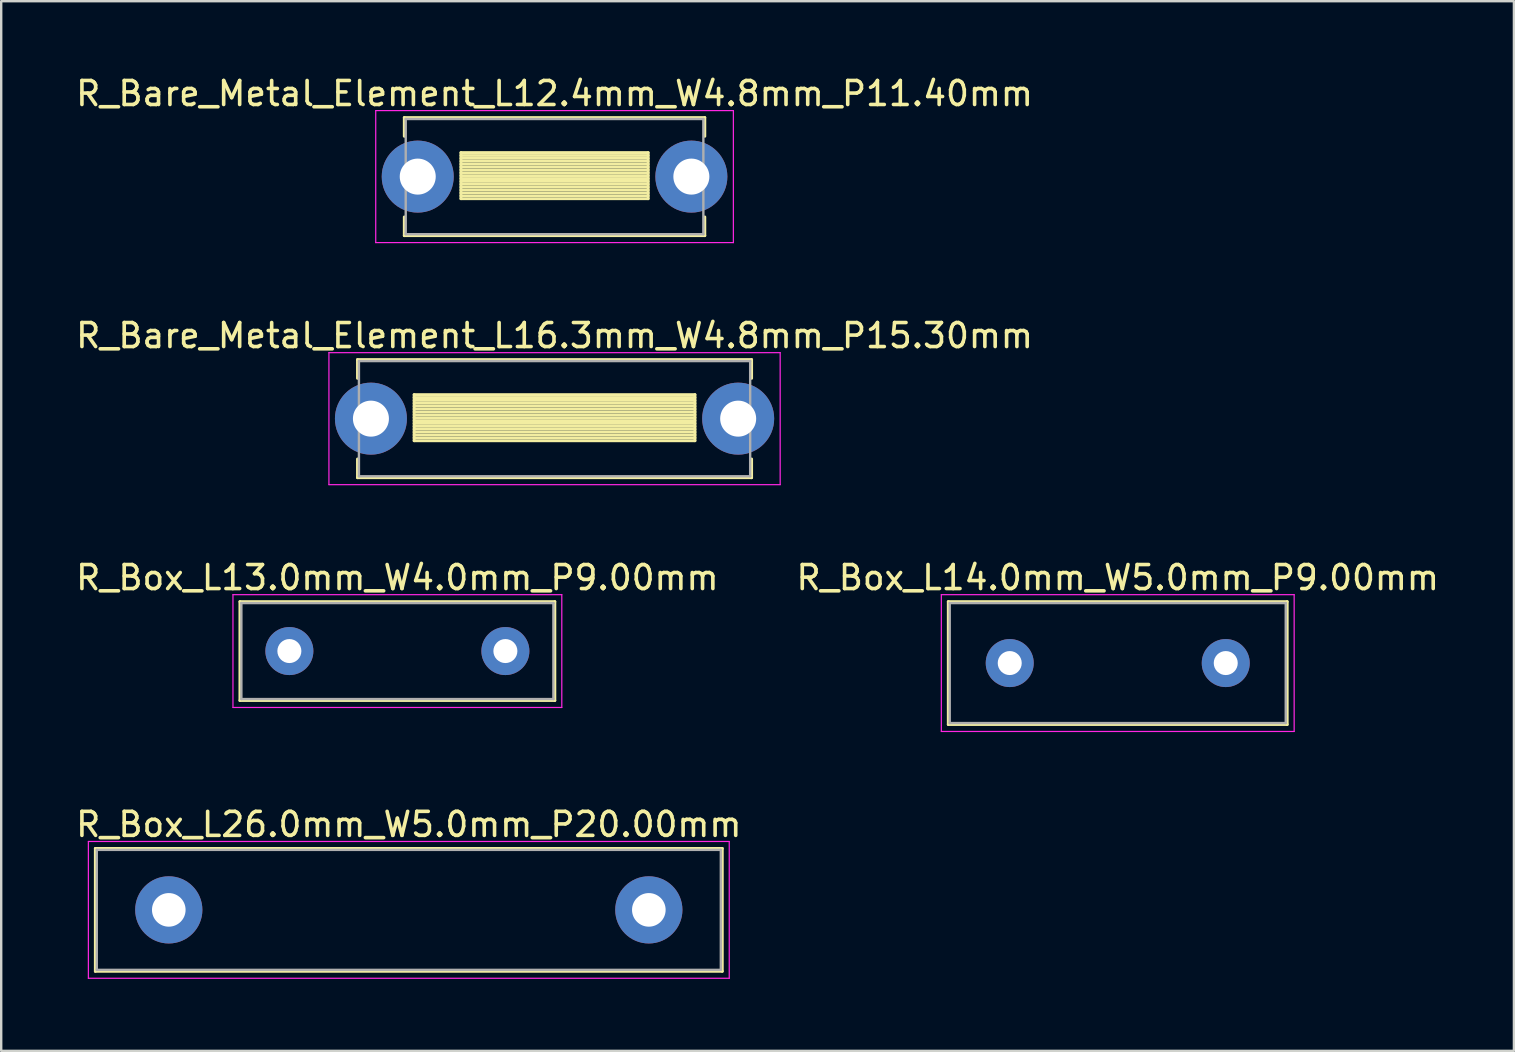
<source format=kicad_pcb>
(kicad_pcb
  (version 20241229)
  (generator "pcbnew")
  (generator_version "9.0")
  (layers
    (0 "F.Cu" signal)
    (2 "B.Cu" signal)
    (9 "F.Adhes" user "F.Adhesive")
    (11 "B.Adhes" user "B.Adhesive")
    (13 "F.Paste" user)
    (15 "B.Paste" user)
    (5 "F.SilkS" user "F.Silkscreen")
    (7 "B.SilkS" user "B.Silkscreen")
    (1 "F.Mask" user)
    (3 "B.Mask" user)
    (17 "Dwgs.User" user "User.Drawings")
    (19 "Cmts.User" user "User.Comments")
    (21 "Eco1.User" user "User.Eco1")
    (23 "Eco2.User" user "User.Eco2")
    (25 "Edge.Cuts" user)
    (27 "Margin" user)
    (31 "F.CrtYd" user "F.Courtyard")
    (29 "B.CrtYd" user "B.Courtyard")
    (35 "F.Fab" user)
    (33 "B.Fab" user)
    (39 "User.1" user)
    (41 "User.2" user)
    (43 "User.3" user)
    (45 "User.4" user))
  (footprint "R_Box_L13.0mm_W4.0mm_P9.00mm"
    (layer "F.Cu")
    (at 9.006 24.075)
    (property "Reference" "R_Box_L13.0mm_W4.0mm_P9.00mm" (at 4.5 -3.06 0) (layer "F.SilkS") (effects (font (size 1 1) (thickness 0.15))))
    (attr through_hole)
    (fp_line (start -2.06 -2.06) (end -2.06 2.06) (stroke (width 0.12) (type solid)) (layer "F.SilkS"))
    (fp_line (start -2.06 -2.06) (end 11.06 -2.06) (stroke (width 0.12) (type solid)) (layer "F.SilkS"))
    (fp_line (start -2.06 2.06) (end 11.06 2.06) (stroke (width 0.12) (type solid)) (layer "F.SilkS"))
    (fp_line (start 11.06 -2.06) (end 11.06 2.06) (stroke (width 0.12) (type solid)) (layer "F.SilkS"))
    (fp_line (start -2.35 -2.35) (end -2.35 2.35) (stroke (width 0.05) (type solid)) (layer "F.CrtYd"))
    (fp_line (start -2.35 2.35) (end 11.35 2.35) (stroke (width 0.05) (type solid)) (layer "F.CrtYd"))
    (fp_line (start 11.35 -2.35) (end -2.35 -2.35) (stroke (width 0.05) (type solid)) (layer "F.CrtYd"))
    (fp_line (start 11.35 2.35) (end 11.35 -2.35) (stroke (width 0.05) (type solid)) (layer "F.CrtYd"))
    (fp_line (start -2 -2) (end -2 2) (stroke (width 0.1) (type solid)) (layer "F.Fab"))
    (fp_line (start -2 2) (end 11 2) (stroke (width 0.1) (type solid)) (layer "F.Fab"))
    (fp_line (start 11 -2) (end -2 -2) (stroke (width 0.1) (type solid)) (layer "F.Fab"))
    (fp_line (start 11 2) (end 11 -2) (stroke (width 0.1) (type solid)) (layer "F.Fab"))
    (pad "1" thru_hole circle (at 0 0) (size 2 2) (drill 1) (layers "*.Cu" "*.Mask"))
    (pad "2" thru_hole circle (at 9 0) (size 2 2) (drill 1) (layers "*.Cu" "*.Mask")))
  (footprint "R_Box_L14.0mm_W5.0mm_P9.00mm"
    (layer "F.Cu")
    (at 39.018 24.575)
    (property "Reference" "R_Box_L14.0mm_W5.0mm_P9.00mm" (at 4.5 -3.56 0) (layer "F.SilkS") (effects (font (size 1 1) (thickness 0.15))))
    (attr through_hole)
    (fp_line (start -2.56 -2.56) (end -2.56 2.56) (stroke (width 0.12) (type solid)) (layer "F.SilkS"))
    (fp_line (start -2.56 -2.56) (end 11.56 -2.56) (stroke (width 0.12) (type solid)) (layer "F.SilkS"))
    (fp_line (start -2.56 2.56) (end 11.56 2.56) (stroke (width 0.12) (type solid)) (layer "F.SilkS"))
    (fp_line (start 11.56 -2.56) (end 11.56 2.56) (stroke (width 0.12) (type solid)) (layer "F.SilkS"))
    (fp_line (start -2.85 -2.85) (end -2.85 2.85) (stroke (width 0.05) (type solid)) (layer "F.CrtYd"))
    (fp_line (start -2.85 2.85) (end 11.85 2.85) (stroke (width 0.05) (type solid)) (layer "F.CrtYd"))
    (fp_line (start 11.85 -2.85) (end -2.85 -2.85) (stroke (width 0.05) (type solid)) (layer "F.CrtYd"))
    (fp_line (start 11.85 2.85) (end 11.85 -2.85) (stroke (width 0.05) (type solid)) (layer "F.CrtYd"))
    (fp_line (start -2.5 -2.5) (end -2.5 2.5) (stroke (width 0.1) (type solid)) (layer "F.Fab"))
    (fp_line (start -2.5 2.5) (end 11.5 2.5) (stroke (width 0.1) (type solid)) (layer "F.Fab"))
    (fp_line (start 11.5 -2.5) (end -2.5 -2.5) (stroke (width 0.1) (type solid)) (layer "F.Fab"))
    (fp_line (start 11.5 2.5) (end 11.5 -2.5) (stroke (width 0.1) (type solid)) (layer "F.Fab"))
    (pad "1" thru_hole circle (at 0 0) (size 2 2) (drill 1) (layers "*.Cu" "*.Mask"))
    (pad "2" thru_hole circle (at 9 0) (size 2 2) (drill 1) (layers "*.Cu" "*.Mask")))
  (footprint "R_Bare_Metal_Element_L16.3mm_W4.8mm_P15.30mm"
    (layer "F.Cu")
    (at 12.404 14.392)
    (property "Reference" "R_Bare_Metal_Element_L16.3mm_W4.8mm_P15.30mm" (at 7.65 -3.46 0) (layer "F.SilkS") (effects (font (size 1 1) (thickness 0.15))))
    (attr through_hole)
    (fp_line (start -0.56 -2.46) (end 15.86 -2.46) (stroke (width 0.12) (type solid)) (layer "F.SilkS"))
    (fp_line (start -0.56 -1.68) (end -0.56 -2.46) (stroke (width 0.12) (type solid)) (layer "F.SilkS"))
    (fp_line (start -0.56 1.68) (end -0.56 2.46) (stroke (width 0.12) (type solid)) (layer "F.SilkS"))
    (fp_line (start -0.56 2.46) (end 15.86 2.46) (stroke (width 0.12) (type solid)) (layer "F.SilkS"))
    (fp_line (start 1.8 -1) (end 1.8 0.92) (stroke (width 0.12) (type solid)) (layer "F.SilkS"))
    (fp_line (start 1.8 -1) (end 13.5 -1) (stroke (width 0.12) (type solid)) (layer "F.SilkS"))
    (fp_line (start 1.8 -0.88) (end 13.5 -0.88) (stroke (width 0.12) (type solid)) (layer "F.SilkS"))
    (fp_line (start 1.8 -0.76) (end 13.5 -0.76) (stroke (width 0.12) (type solid)) (layer "F.SilkS"))
    (fp_line (start 1.8 -0.64) (end 13.5 -0.64) (stroke (width 0.12) (type solid)) (layer "F.SilkS"))
    (fp_line (start 1.8 -0.52) (end 13.5 -0.52) (stroke (width 0.12) (type solid)) (layer "F.SilkS"))
    (fp_line (start 1.8 -0.4) (end 13.5 -0.4) (stroke (width 0.12) (type solid)) (layer "F.SilkS"))
    (fp_line (start 1.8 -0.28) (end 13.5 -0.28) (stroke (width 0.12) (type solid)) (layer "F.SilkS"))
    (fp_line (start 1.8 -0.16) (end 13.5 -0.16) (stroke (width 0.12) (type solid)) (layer "F.SilkS"))
    (fp_line (start 1.8 -0.04) (end 13.5 -0.04) (stroke (width 0.12) (type solid)) (layer "F.SilkS"))
    (fp_line (start 1.8 0.08) (end 13.5 0.08) (stroke (width 0.12) (type solid)) (layer "F.SilkS"))
    (fp_line (start 1.8 0.2) (end 13.5 0.2) (stroke (width 0.12) (type solid)) (layer "F.SilkS"))
    (fp_line (start 1.8 0.32) (end 13.5 0.32) (stroke (width 0.12) (type solid)) (layer "F.SilkS"))
    (fp_line (start 1.8 0.44) (end 13.5 0.44) (stroke (width 0.12) (type solid)) (layer "F.SilkS"))
    (fp_line (start 1.8 0.56) (end 13.5 0.56) (stroke (width 0.12) (type solid)) (layer "F.SilkS"))
    (fp_line (start 1.8 0.68) (end 13.5 0.68) (stroke (width 0.12) (type solid)) (layer "F.SilkS"))
    (fp_line (start 1.8 0.8) (end 13.5 0.8) (stroke (width 0.12) (type solid)) (layer "F.SilkS"))
    (fp_line (start 1.8 0.92) (end 13.5 0.92) (stroke (width 0.12) (type solid)) (layer "F.SilkS"))
    (fp_line (start 13.5 -1) (end 13.5 0.92) (stroke (width 0.12) (type solid)) (layer "F.SilkS"))
    (fp_line (start 15.86 -2.46) (end 15.86 -1.68) (stroke (width 0.12) (type solid)) (layer "F.SilkS"))
    (fp_line (start 15.86 2.46) (end 15.86 1.68) (stroke (width 0.12) (type solid)) (layer "F.SilkS"))
    (fp_line (start -1.75 -2.75) (end -1.75 2.75) (stroke (width 0.05) (type solid)) (layer "F.CrtYd"))
    (fp_line (start -1.75 2.75) (end 17.05 2.75) (stroke (width 0.05) (type solid)) (layer "F.CrtYd"))
    (fp_line (start 17.05 -2.75) (end -1.75 -2.75) (stroke (width 0.05) (type solid)) (layer "F.CrtYd"))
    (fp_line (start 17.05 2.75) (end 17.05 -2.75) (stroke (width 0.05) (type solid)) (layer "F.CrtYd"))
    (fp_line (start -0.5 -2.4) (end -0.5 2.4) (stroke (width 0.1) (type solid)) (layer "F.Fab"))
    (fp_line (start -0.5 2.4) (end 15.8 2.4) (stroke (width 0.1) (type solid)) (layer "F.Fab"))
    (fp_line (start 15.8 -2.4) (end -0.5 -2.4) (stroke (width 0.1) (type solid)) (layer "F.Fab"))
    (fp_line (start 15.8 2.4) (end 15.8 -2.4) (stroke (width 0.1) (type solid)) (layer "F.Fab"))
    (pad "1" thru_hole circle (at 0 0) (size 3 3) (drill 1.5) (layers "*.Cu" "*.Mask"))
    (pad "2" thru_hole oval (at 15.3 0) (size 3 3) (drill 1.5) (layers "*.Cu" "*.Mask")))
  (footprint "R_Box_L26.0mm_W5.0mm_P20.00mm"
    (layer "F.Cu")
    (at 3.982 34.858)
    (property "Reference" "R_Box_L26.0mm_W5.0mm_P20.00mm" (at 10 -3.56 0) (layer "F.SilkS") (effects (font (size 1 1) (thickness 0.15))))
    (attr through_hole)
    (fp_line (start -3.06 -2.56) (end -3.06 2.56) (stroke (width 0.12) (type solid)) (layer "F.SilkS"))
    (fp_line (start -3.06 -2.56) (end 23.06 -2.56) (stroke (width 0.12) (type solid)) (layer "F.SilkS"))
    (fp_line (start -3.06 2.56) (end 23.06 2.56) (stroke (width 0.12) (type solid)) (layer "F.SilkS"))
    (fp_line (start 23.06 -2.56) (end 23.06 2.56) (stroke (width 0.12) (type solid)) (layer "F.SilkS"))
    (fp_line (start -3.35 -2.85) (end -3.35 2.85) (stroke (width 0.05) (type solid)) (layer "F.CrtYd"))
    (fp_line (start -3.35 2.85) (end 23.35 2.85) (stroke (width 0.05) (type solid)) (layer "F.CrtYd"))
    (fp_line (start 23.35 -2.85) (end -3.35 -2.85) (stroke (width 0.05) (type solid)) (layer "F.CrtYd"))
    (fp_line (start 23.35 2.85) (end 23.35 -2.85) (stroke (width 0.05) (type solid)) (layer "F.CrtYd"))
    (fp_line (start -3 -2.5) (end -3 2.5) (stroke (width 0.1) (type solid)) (layer "F.Fab"))
    (fp_line (start -3 2.5) (end 23 2.5) (stroke (width 0.1) (type solid)) (layer "F.Fab"))
    (fp_line (start 23 -2.5) (end -3 -2.5) (stroke (width 0.1) (type solid)) (layer "F.Fab"))
    (fp_line (start 23 2.5) (end 23 -2.5) (stroke (width 0.1) (type solid)) (layer "F.Fab"))
    (pad "1" thru_hole circle (at 0 0) (size 2.8 2.8) (drill 1.4) (layers "*.Cu" "*.Mask"))
    (pad "2" thru_hole circle (at 20 0) (size 2.8 2.8) (drill 1.4) (layers "*.Cu" "*.Mask")))
  (footprint "R_Bare_Metal_Element_L12.4mm_W4.8mm_P11.40mm"
    (layer "F.Cu")
    (at 14.354 4.308)
    (property "Reference" "R_Bare_Metal_Element_L12.4mm_W4.8mm_P11.40mm" (at 5.7 -3.46 0) (layer "F.SilkS") (effects (font (size 1 1) (thickness 0.15))))
    (attr through_hole)
    (fp_line (start -0.56 -2.46) (end 11.96 -2.46) (stroke (width 0.12) (type solid)) (layer "F.SilkS"))
    (fp_line (start -0.56 -1.68) (end -0.56 -2.46) (stroke (width 0.12) (type solid)) (layer "F.SilkS"))
    (fp_line (start -0.56 1.68) (end -0.56 2.46) (stroke (width 0.12) (type solid)) (layer "F.SilkS"))
    (fp_line (start -0.56 2.46) (end 11.96 2.46) (stroke (width 0.12) (type solid)) (layer "F.SilkS"))
    (fp_line (start 1.8 -1) (end 1.8 0.92) (stroke (width 0.12) (type solid)) (layer "F.SilkS"))
    (fp_line (start 1.8 -1) (end 9.6 -1) (stroke (width 0.12) (type solid)) (layer "F.SilkS"))
    (fp_line (start 1.8 -0.88) (end 9.6 -0.88) (stroke (width 0.12) (type solid)) (layer "F.SilkS"))
    (fp_line (start 1.8 -0.76) (end 9.6 -0.76) (stroke (width 0.12) (type solid)) (layer "F.SilkS"))
    (fp_line (start 1.8 -0.64) (end 9.6 -0.64) (stroke (width 0.12) (type solid)) (layer "F.SilkS"))
    (fp_line (start 1.8 -0.52) (end 9.6 -0.52) (stroke (width 0.12) (type solid)) (layer "F.SilkS"))
    (fp_line (start 1.8 -0.4) (end 9.6 -0.4) (stroke (width 0.12) (type solid)) (layer "F.SilkS"))
    (fp_line (start 1.8 -0.28) (end 9.6 -0.28) (stroke (width 0.12) (type solid)) (layer "F.SilkS"))
    (fp_line (start 1.8 -0.16) (end 9.6 -0.16) (stroke (width 0.12) (type solid)) (layer "F.SilkS"))
    (fp_line (start 1.8 -0.04) (end 9.6 -0.04) (stroke (width 0.12) (type solid)) (layer "F.SilkS"))
    (fp_line (start 1.8 0.08) (end 9.6 0.08) (stroke (width 0.12) (type solid)) (layer "F.SilkS"))
    (fp_line (start 1.8 0.2) (end 9.6 0.2) (stroke (width 0.12) (type solid)) (layer "F.SilkS"))
    (fp_line (start 1.8 0.32) (end 9.6 0.32) (stroke (width 0.12) (type solid)) (layer "F.SilkS"))
    (fp_line (start 1.8 0.44) (end 9.6 0.44) (stroke (width 0.12) (type solid)) (layer "F.SilkS"))
    (fp_line (start 1.8 0.56) (end 9.6 0.56) (stroke (width 0.12) (type solid)) (layer "F.SilkS"))
    (fp_line (start 1.8 0.68) (end 9.6 0.68) (stroke (width 0.12) (type solid)) (layer "F.SilkS"))
    (fp_line (start 1.8 0.8) (end 9.6 0.8) (stroke (width 0.12) (type solid)) (layer "F.SilkS"))
    (fp_line (start 1.8 0.92) (end 9.6 0.92) (stroke (width 0.12) (type solid)) (layer "F.SilkS"))
    (fp_line (start 9.6 -1) (end 9.6 0.92) (stroke (width 0.12) (type solid)) (layer "F.SilkS"))
    (fp_line (start 11.96 -2.46) (end 11.96 -1.68) (stroke (width 0.12) (type solid)) (layer "F.SilkS"))
    (fp_line (start 11.96 2.46) (end 11.96 1.68) (stroke (width 0.12) (type solid)) (layer "F.SilkS"))
    (fp_line (start -1.75 -2.75) (end -1.75 2.75) (stroke (width 0.05) (type solid)) (layer "F.CrtYd"))
    (fp_line (start -1.75 2.75) (end 13.15 2.75) (stroke (width 0.05) (type solid)) (layer "F.CrtYd"))
    (fp_line (start 13.15 -2.75) (end -1.75 -2.75) (stroke (width 0.05) (type solid)) (layer "F.CrtYd"))
    (fp_line (start 13.15 2.75) (end 13.15 -2.75) (stroke (width 0.05) (type solid)) (layer "F.CrtYd"))
    (fp_line (start -0.5 -2.4) (end -0.5 2.4) (stroke (width 0.1) (type solid)) (layer "F.Fab"))
    (fp_line (start -0.5 2.4) (end 11.9 2.4) (stroke (width 0.1) (type solid)) (layer "F.Fab"))
    (fp_line (start 11.9 -2.4) (end -0.5 -2.4) (stroke (width 0.1) (type solid)) (layer "F.Fab"))
    (fp_line (start 11.9 2.4) (end 11.9 -2.4) (stroke (width 0.1) (type solid)) (layer "F.Fab"))
    (pad "1" thru_hole circle (at 0 0) (size 3 3) (drill 1.5) (layers "*.Cu" "*.Mask"))
    (pad "2" thru_hole oval (at 11.4 0) (size 3 3) (drill 1.5) (layers "*.Cu" "*.Mask")))
  (gr_rect
    (start -3 -3)
    (end 60.024 40.733)
    (stroke (width 0.1) (type default))
    (fill no)
    (layer "Edge.Cuts")))
</source>
